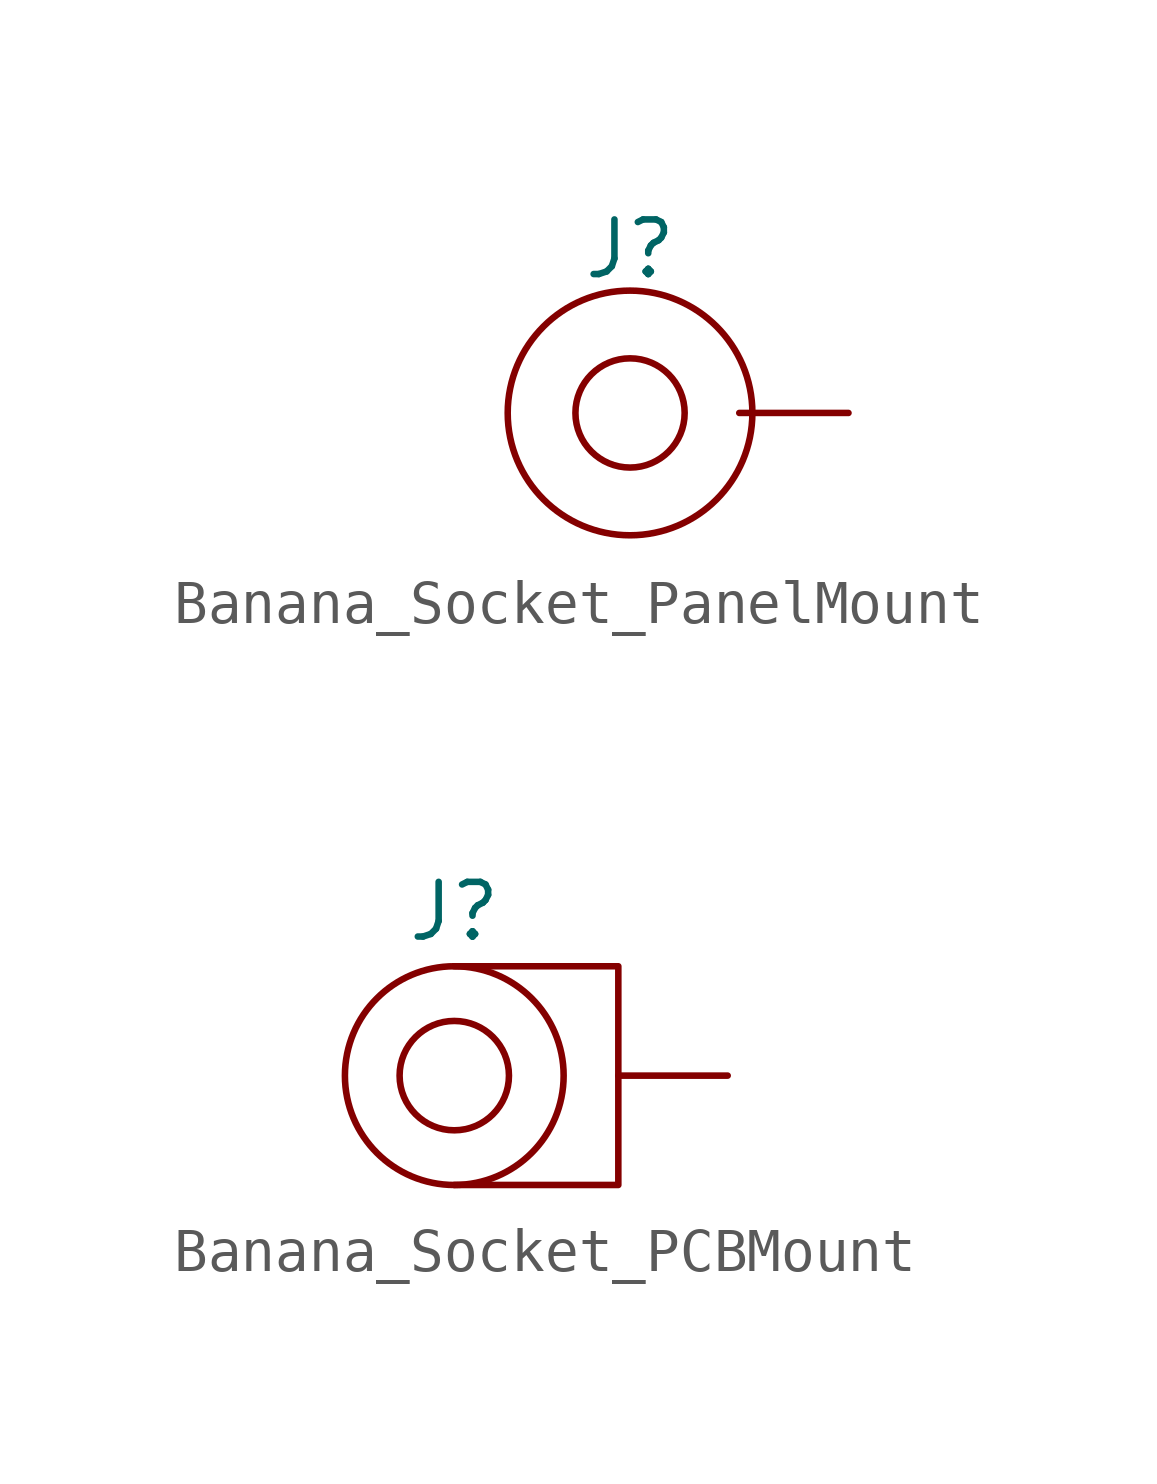
<source format=kicad_sym>
(kicad_symbol_lib
  (version 20231120)
  (generator "kicad_symbol_editor")
  (generator_version "8.0")
  (symbol "Banana_Socket_PanelMount"
    (pin_numbers hide)
    (pin_names
      (offset 1.016) hide)
    (property "Reference" "J"
      (at 0 3.81 0)
      (effects (font (size 1.27 1.27))))
    (property "Name" ""
      (at -7.62 0 0)
      (effects (font (size 1.27 1.27))))
    (symbol "Banana_Socket_PanelMount_0_1"
      (circle (center 0 0) (radius 1.27) (stroke (width 0) (type default)) (fill (type none)))
      (circle (center 0 0) (radius 2.845) (stroke (width 0) (type default)) (fill (type none))))
    (symbol "Banana_Socket_PanelMount_1_1"
      (pin bidirectional line (at 5.08 0 180) (length 2.54) (name "~" (effects (font (size 1.27 1.27)))) (number "1" (effects (font (size 1.27 1.27)))))))
  (symbol "Banana_Socket_PCBMount"
    (pin_numbers hide)
    (pin_names
      (offset 1.016) hide)
    (property "Reference" "J"
      (at 0 3.81 0)
      (effects (font (size 1.27 1.27))))
    (property "Spec" ""
      (at 0 0 0)
      (effects (font (size 1.27 1.27))))
    (symbol "Banana_Socket_PCBMount_0_1"
      (polyline (pts (xy 0 2.54) (xy 3.81 2.54) (xy 3.81 -2.54) (xy 0 -2.54)) (stroke (width 0) (type default)) (fill (type none)))
      (circle (center 0 0) (radius 1.27) (stroke (width 0) (type default)) (fill (type none)))
      (circle (center 0 0) (radius 2.54) (stroke (width 0) (type default)) (fill (type none))))
    (symbol "Banana_Socket_PCBMount_1_1"
      (pin bidirectional line (at 6.35 0 180) (length 2.54) (name "~" (effects (font (size 1.27 1.27)))) (number "1" (effects (font (size 1.27 1.27))))))))
</source>
